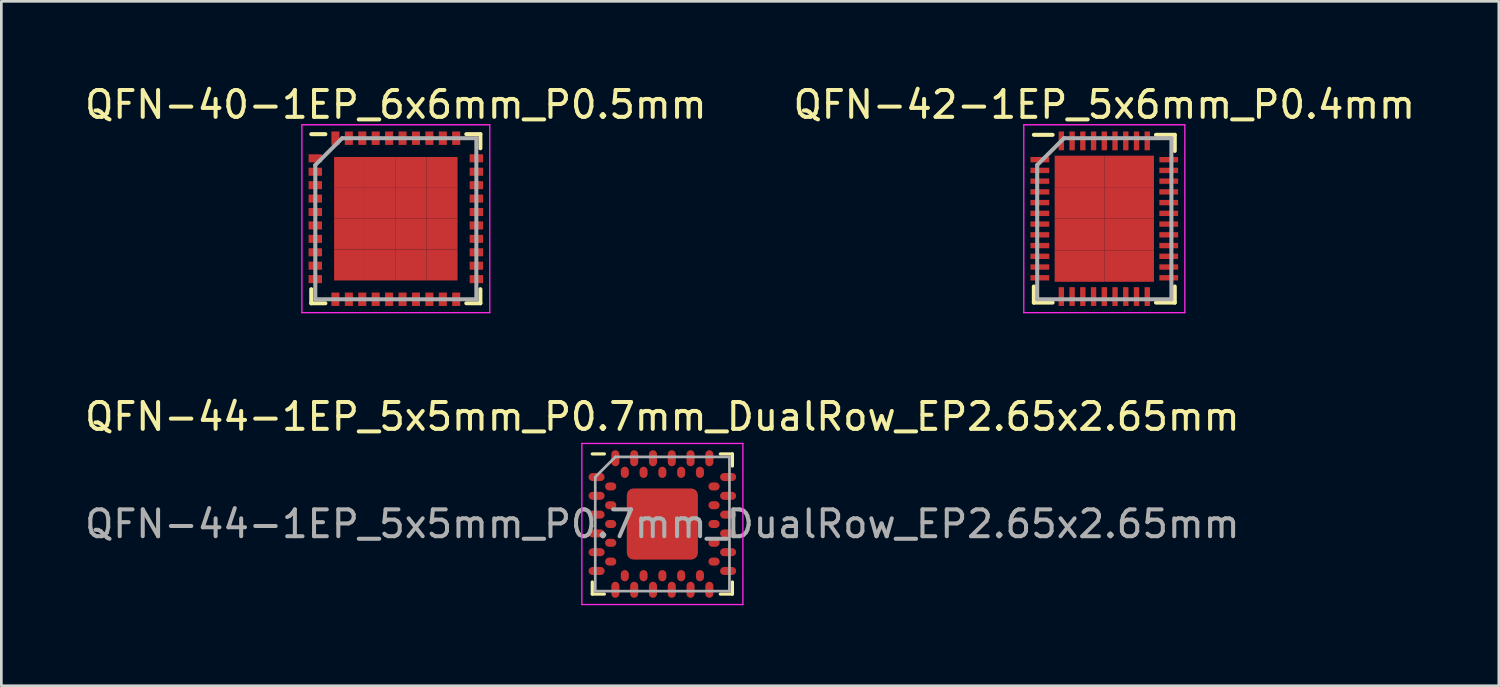
<source format=kicad_pcb>
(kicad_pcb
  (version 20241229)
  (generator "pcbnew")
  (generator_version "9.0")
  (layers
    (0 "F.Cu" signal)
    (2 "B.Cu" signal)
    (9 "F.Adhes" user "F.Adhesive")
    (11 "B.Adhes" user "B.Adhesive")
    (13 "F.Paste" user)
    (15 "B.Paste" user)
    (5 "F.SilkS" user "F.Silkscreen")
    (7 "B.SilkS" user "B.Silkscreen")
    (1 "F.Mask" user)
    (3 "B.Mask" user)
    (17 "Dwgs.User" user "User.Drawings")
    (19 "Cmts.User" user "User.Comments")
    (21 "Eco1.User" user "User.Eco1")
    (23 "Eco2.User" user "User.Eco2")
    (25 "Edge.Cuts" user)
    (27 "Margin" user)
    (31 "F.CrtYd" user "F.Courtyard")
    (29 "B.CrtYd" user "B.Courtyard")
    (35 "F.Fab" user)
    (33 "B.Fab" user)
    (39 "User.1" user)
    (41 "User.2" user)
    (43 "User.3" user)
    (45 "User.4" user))
  (footprint "QFN-40-1EP_6x6mm_P0.5mm"
    (layer "F.Cu")
    (at 11.696 5.098)
    (property "Reference" "QFN-40-1EP_6x6mm_P0.5mm" (at 0 -4.25 0) (layer "F.SilkS") (effects (font (size 1 1) (thickness 0.15))))
    (attr smd)
    (fp_line (start -3.15 -3.15) (end -2.625 -3.15) (stroke (width 0.15) (type solid)) (layer "F.SilkS"))
    (fp_line (start -3.15 3.15) (end -3.15 2.625) (stroke (width 0.15) (type solid)) (layer "F.SilkS"))
    (fp_line (start -3.15 3.15) (end -2.625 3.15) (stroke (width 0.15) (type solid)) (layer "F.SilkS"))
    (fp_line (start 3.15 -3.15) (end 2.625 -3.15) (stroke (width 0.15) (type solid)) (layer "F.SilkS"))
    (fp_line (start 3.15 -3.15) (end 3.15 -2.625) (stroke (width 0.15) (type solid)) (layer "F.SilkS"))
    (fp_line (start 3.15 3.15) (end 2.625 3.15) (stroke (width 0.15) (type solid)) (layer "F.SilkS"))
    (fp_line (start 3.15 3.15) (end 3.15 2.625) (stroke (width 0.15) (type solid)) (layer "F.SilkS"))
    (fp_line (start -3.5 -3.5) (end -3.5 3.5) (stroke (width 0.05) (type solid)) (layer "F.CrtYd"))
    (fp_line (start -3.5 -3.5) (end 3.5 -3.5) (stroke (width 0.05) (type solid)) (layer "F.CrtYd"))
    (fp_line (start -3.5 3.5) (end 3.5 3.5) (stroke (width 0.05) (type solid)) (layer "F.CrtYd"))
    (fp_line (start 3.5 -3.5) (end 3.5 3.5) (stroke (width 0.05) (type solid)) (layer "F.CrtYd"))
    (fp_line (start -3 -2) (end -2 -3) (stroke (width 0.15) (type solid)) (layer "F.Fab"))
    (fp_line (start -3 3) (end -3 -2) (stroke (width 0.15) (type solid)) (layer "F.Fab"))
    (fp_line (start -2 -3) (end 3 -3) (stroke (width 0.15) (type solid)) (layer "F.Fab"))
    (fp_line (start 3 -3) (end 3 3) (stroke (width 0.15) (type solid)) (layer "F.Fab"))
    (fp_line (start 3 3) (end -3 3) (stroke (width 0.15) (type solid)) (layer "F.Fab"))
    (pad "1" smd rect (at -3 -2.25) (size 0.5 0.3) (layers "F.Cu" "F.Mask" "F.Paste"))
    (pad "2" smd rect (at -3 -1.75) (size 0.5 0.3) (layers "F.Cu" "F.Mask" "F.Paste"))
    (pad "3" smd rect (at -3 -1.25) (size 0.5 0.3) (layers "F.Cu" "F.Mask" "F.Paste"))
    (pad "4" smd rect (at -3 -0.75) (size 0.5 0.3) (layers "F.Cu" "F.Mask" "F.Paste"))
    (pad "5" smd rect (at -3 -0.25) (size 0.5 0.3) (layers "F.Cu" "F.Mask" "F.Paste"))
    (pad "6" smd rect (at -3 0.25) (size 0.5 0.3) (layers "F.Cu" "F.Mask" "F.Paste"))
    (pad "7" smd rect (at -3 0.75) (size 0.5 0.3) (layers "F.Cu" "F.Mask" "F.Paste"))
    (pad "8" smd rect (at -3 1.25) (size 0.5 0.3) (layers "F.Cu" "F.Mask" "F.Paste"))
    (pad "9" smd rect (at -3 1.75) (size 0.5 0.3) (layers "F.Cu" "F.Mask" "F.Paste"))
    (pad "10" smd rect (at -3 2.25) (size 0.5 0.3) (layers "F.Cu" "F.Mask" "F.Paste"))
    (pad "11" smd rect (at -2.25 3 90) (size 0.5 0.3) (layers "F.Cu" "F.Mask" "F.Paste"))
    (pad "12" smd rect (at -1.75 3 90) (size 0.5 0.3) (layers "F.Cu" "F.Mask" "F.Paste"))
    (pad "13" smd rect (at -1.25 3 90) (size 0.5 0.3) (layers "F.Cu" "F.Mask" "F.Paste"))
    (pad "14" smd rect (at -0.75 3 90) (size 0.5 0.3) (layers "F.Cu" "F.Mask" "F.Paste"))
    (pad "15" smd rect (at -0.25 3 90) (size 0.5 0.3) (layers "F.Cu" "F.Mask" "F.Paste"))
    (pad "16" smd rect (at 0.25 3 90) (size 0.5 0.3) (layers "F.Cu" "F.Mask" "F.Paste"))
    (pad "17" smd rect (at 0.75 3 90) (size 0.5 0.3) (layers "F.Cu" "F.Mask" "F.Paste"))
    (pad "18" smd rect (at 1.25 3 90) (size 0.5 0.3) (layers "F.Cu" "F.Mask" "F.Paste"))
    (pad "19" smd rect (at 1.75 3 90) (size 0.5 0.3) (layers "F.Cu" "F.Mask" "F.Paste"))
    (pad "20" smd rect (at 2.25 3 90) (size 0.5 0.3) (layers "F.Cu" "F.Mask" "F.Paste"))
    (pad "21" smd rect (at 3 2.25) (size 0.5 0.3) (layers "F.Cu" "F.Mask" "F.Paste"))
    (pad "22" smd rect (at 3 1.75) (size 0.5 0.3) (layers "F.Cu" "F.Mask" "F.Paste"))
    (pad "23" smd rect (at 3 1.25) (size 0.5 0.3) (layers "F.Cu" "F.Mask" "F.Paste"))
    (pad "24" smd rect (at 3 0.75) (size 0.5 0.3) (layers "F.Cu" "F.Mask" "F.Paste"))
    (pad "25" smd rect (at 3 0.25) (size 0.5 0.3) (layers "F.Cu" "F.Mask" "F.Paste"))
    (pad "26" smd rect (at 3 -0.25) (size 0.5 0.3) (layers "F.Cu" "F.Mask" "F.Paste"))
    (pad "27" smd rect (at 3 -0.75) (size 0.5 0.3) (layers "F.Cu" "F.Mask" "F.Paste"))
    (pad "28" smd rect (at 3 -1.25) (size 0.5 0.3) (layers "F.Cu" "F.Mask" "F.Paste"))
    (pad "29" smd rect (at 3 -1.75) (size 0.5 0.3) (layers "F.Cu" "F.Mask" "F.Paste"))
    (pad "30" smd rect (at 3 -2.25) (size 0.5 0.3) (layers "F.Cu" "F.Mask" "F.Paste"))
    (pad "31" smd rect (at 2.25 -3 90) (size 0.5 0.3) (layers "F.Cu" "F.Mask" "F.Paste"))
    (pad "32" smd rect (at 1.75 -3 90) (size 0.5 0.3) (layers "F.Cu" "F.Mask" "F.Paste"))
    (pad "33" smd rect (at 1.25 -3 90) (size 0.5 0.3) (layers "F.Cu" "F.Mask" "F.Paste"))
    (pad "34" smd rect (at 0.75 -3 90) (size 0.5 0.3) (layers "F.Cu" "F.Mask" "F.Paste"))
    (pad "35" smd rect (at 0.25 -3 90) (size 0.5 0.3) (layers "F.Cu" "F.Mask" "F.Paste"))
    (pad "36" smd rect (at -0.25 -3 90) (size 0.5 0.3) (layers "F.Cu" "F.Mask" "F.Paste"))
    (pad "37" smd rect (at -0.75 -3 90) (size 0.5 0.3) (layers "F.Cu" "F.Mask" "F.Paste"))
    (pad "38" smd rect (at -1.25 -3 90) (size 0.5 0.3) (layers "F.Cu" "F.Mask" "F.Paste"))
    (pad "39" smd rect (at -1.75 -3 90) (size 0.5 0.3) (layers "F.Cu" "F.Mask" "F.Paste"))
    (pad "40" smd rect (at -2.25 -3 90) (size 0.5 0.3) (layers "F.Cu" "F.Mask" "F.Paste"))
    (pad "41" smd rect (at -1.725 -1.725) (size 1.15 1.15) (layers "F.Cu" "F.Mask" "F.Paste"))
    (pad "41" smd rect (at -1.725 -0.575) (size 1.15 1.15) (layers "F.Cu" "F.Mask" "F.Paste"))
    (pad "41" smd rect (at -1.725 0.575) (size 1.15 1.15) (layers "F.Cu" "F.Mask" "F.Paste"))
    (pad "41" smd rect (at -1.725 1.725) (size 1.15 1.15) (layers "F.Cu" "F.Mask" "F.Paste"))
    (pad "41" smd rect (at -0.575 -1.725) (size 1.15 1.15) (layers "F.Cu" "F.Mask" "F.Paste"))
    (pad "41" smd rect (at -0.575 -0.575) (size 1.15 1.15) (layers "F.Cu" "F.Mask" "F.Paste"))
    (pad "41" smd rect (at -0.575 0.575) (size 1.15 1.15) (layers "F.Cu" "F.Mask" "F.Paste"))
    (pad "41" smd rect (at -0.575 1.725) (size 1.15 1.15) (layers "F.Cu" "F.Mask" "F.Paste"))
    (pad "41" smd rect (at 0.575 -1.725) (size 1.15 1.15) (layers "F.Cu" "F.Mask" "F.Paste"))
    (pad "41" smd rect (at 0.575 -0.575) (size 1.15 1.15) (layers "F.Cu" "F.Mask" "F.Paste"))
    (pad "41" smd rect (at 0.575 0.575) (size 1.15 1.15) (layers "F.Cu" "F.Mask" "F.Paste"))
    (pad "41" smd rect (at 0.575 1.725) (size 1.15 1.15) (layers "F.Cu" "F.Mask" "F.Paste"))
    (pad "41" smd rect (at 1.725 -1.725) (size 1.15 1.15) (layers "F.Cu" "F.Mask" "F.Paste"))
    (pad "41" smd rect (at 1.725 -0.575) (size 1.15 1.15) (layers "F.Cu" "F.Mask" "F.Paste"))
    (pad "41" smd rect (at 1.725 0.575) (size 1.15 1.15) (layers "F.Cu" "F.Mask" "F.Paste"))
    (pad "41" smd rect (at 1.725 1.725) (size 1.15 1.15) (layers "F.Cu" "F.Mask" "F.Paste")))
  (footprint "QFN-42-1EP_5x6mm_P0.4mm"
    (layer "F.Cu")
    (at 38.089 5.098)
    (property "Reference" "QFN-42-1EP_5x6mm_P0.4mm" (at 0 -4.25 0) (layer "F.SilkS") (effects (font (size 1 1) (thickness 0.15))))
    (attr smd)
    (fp_line (start -2.625 -3.125) (end -1.925 -3.125) (stroke (width 0.15) (type solid)) (layer "F.SilkS"))
    (fp_line (start -2.625 3.125) (end -2.625 2.525) (stroke (width 0.15) (type solid)) (layer "F.SilkS"))
    (fp_line (start -2.625 3.125) (end -1.925 3.125) (stroke (width 0.15) (type solid)) (layer "F.SilkS"))
    (fp_line (start 2.625 -3.125) (end 1.925 -3.125) (stroke (width 0.15) (type solid)) (layer "F.SilkS"))
    (fp_line (start 2.625 -3.125) (end 2.625 -2.525) (stroke (width 0.15) (type solid)) (layer "F.SilkS"))
    (fp_line (start 2.625 3.125) (end 1.925 3.125) (stroke (width 0.15) (type solid)) (layer "F.SilkS"))
    (fp_line (start 2.625 3.125) (end 2.625 2.525) (stroke (width 0.15) (type solid)) (layer "F.SilkS"))
    (fp_line (start -3 -3.5) (end -3 3.5) (stroke (width 0.05) (type solid)) (layer "F.CrtYd"))
    (fp_line (start -3 -3.5) (end 3 -3.5) (stroke (width 0.05) (type solid)) (layer "F.CrtYd"))
    (fp_line (start -3 3.5) (end 3 3.5) (stroke (width 0.05) (type solid)) (layer "F.CrtYd"))
    (fp_line (start 3 -3.5) (end 3 3.5) (stroke (width 0.05) (type solid)) (layer "F.CrtYd"))
    (fp_line (start -2.5 -2) (end -1.5 -3) (stroke (width 0.15) (type solid)) (layer "F.Fab"))
    (fp_line (start -2.5 3) (end -2.5 -2) (stroke (width 0.15) (type solid)) (layer "F.Fab"))
    (fp_line (start -1.5 -3) (end 2.5 -3) (stroke (width 0.15) (type solid)) (layer "F.Fab"))
    (fp_line (start 2.5 -3) (end 2.5 3) (stroke (width 0.15) (type solid)) (layer "F.Fab"))
    (fp_line (start 2.5 3) (end -2.5 3) (stroke (width 0.15) (type solid)) (layer "F.Fab"))
    (pad "1" smd rect (at -2.4 -2.2) (size 0.7 0.2) (layers "F.Cu" "F.Mask" "F.Paste"))
    (pad "2" smd rect (at -2.4 -1.8) (size 0.7 0.2) (layers "F.Cu" "F.Mask" "F.Paste"))
    (pad "3" smd rect (at -2.4 -1.4) (size 0.7 0.2) (layers "F.Cu" "F.Mask" "F.Paste"))
    (pad "4" smd rect (at -2.4 -1) (size 0.7 0.2) (layers "F.Cu" "F.Mask" "F.Paste"))
    (pad "5" smd rect (at -2.4 -0.6) (size 0.7 0.2) (layers "F.Cu" "F.Mask" "F.Paste"))
    (pad "6" smd rect (at -2.4 -0.2) (size 0.7 0.2) (layers "F.Cu" "F.Mask" "F.Paste"))
    (pad "7" smd rect (at -2.4 0.2) (size 0.7 0.2) (layers "F.Cu" "F.Mask" "F.Paste"))
    (pad "8" smd rect (at -2.4 0.6) (size 0.7 0.2) (layers "F.Cu" "F.Mask" "F.Paste"))
    (pad "9" smd rect (at -2.4 1) (size 0.7 0.2) (layers "F.Cu" "F.Mask" "F.Paste"))
    (pad "10" smd rect (at -2.4 1.4) (size 0.7 0.2) (layers "F.Cu" "F.Mask" "F.Paste"))
    (pad "11" smd rect (at -2.4 1.8) (size 0.7 0.2) (layers "F.Cu" "F.Mask" "F.Paste"))
    (pad "12" smd rect (at -2.4 2.2) (size 0.7 0.2) (layers "F.Cu" "F.Mask" "F.Paste"))
    (pad "13" smd rect (at -1.6 2.9 90) (size 0.7 0.2) (layers "F.Cu" "F.Mask" "F.Paste"))
    (pad "14" smd rect (at -1.2 2.9 90) (size 0.7 0.2) (layers "F.Cu" "F.Mask" "F.Paste"))
    (pad "15" smd rect (at -0.8 2.9 90) (size 0.7 0.2) (layers "F.Cu" "F.Mask" "F.Paste"))
    (pad "16" smd rect (at -0.4 2.9 90) (size 0.7 0.2) (layers "F.Cu" "F.Mask" "F.Paste"))
    (pad "17" smd rect (at 0 2.9 90) (size 0.7 0.2) (layers "F.Cu" "F.Mask" "F.Paste"))
    (pad "18" smd rect (at 0.4 2.9 90) (size 0.7 0.2) (layers "F.Cu" "F.Mask" "F.Paste"))
    (pad "19" smd rect (at 0.8 2.9 90) (size 0.7 0.2) (layers "F.Cu" "F.Mask" "F.Paste"))
    (pad "20" smd rect (at 1.2 2.9 90) (size 0.7 0.2) (layers "F.Cu" "F.Mask" "F.Paste"))
    (pad "21" smd rect (at 1.6 2.9 90) (size 0.7 0.2) (layers "F.Cu" "F.Mask" "F.Paste"))
    (pad "22" smd rect (at 2.4 2.2) (size 0.7 0.2) (layers "F.Cu" "F.Mask" "F.Paste"))
    (pad "23" smd rect (at 2.4 1.8) (size 0.7 0.2) (layers "F.Cu" "F.Mask" "F.Paste"))
    (pad "24" smd rect (at 2.4 1.4) (size 0.7 0.2) (layers "F.Cu" "F.Mask" "F.Paste"))
    (pad "25" smd rect (at 2.4 1) (size 0.7 0.2) (layers "F.Cu" "F.Mask" "F.Paste"))
    (pad "26" smd rect (at 2.4 0.6) (size 0.7 0.2) (layers "F.Cu" "F.Mask" "F.Paste"))
    (pad "27" smd rect (at 2.4 0.2) (size 0.7 0.2) (layers "F.Cu" "F.Mask" "F.Paste"))
    (pad "28" smd rect (at 2.4 -0.2) (size 0.7 0.2) (layers "F.Cu" "F.Mask" "F.Paste"))
    (pad "29" smd rect (at 2.4 -0.6) (size 0.7 0.2) (layers "F.Cu" "F.Mask" "F.Paste"))
    (pad "30" smd rect (at 2.4 -1) (size 0.7 0.2) (layers "F.Cu" "F.Mask" "F.Paste"))
    (pad "31" smd rect (at 2.4 -1.4) (size 0.7 0.2) (layers "F.Cu" "F.Mask" "F.Paste"))
    (pad "32" smd rect (at 2.4 -1.8) (size 0.7 0.2) (layers "F.Cu" "F.Mask" "F.Paste"))
    (pad "33" smd rect (at 2.4 -2.2) (size 0.7 0.2) (layers "F.Cu" "F.Mask" "F.Paste"))
    (pad "34" smd rect (at 1.6 -2.9 90) (size 0.7 0.2) (layers "F.Cu" "F.Mask" "F.Paste"))
    (pad "35" smd rect (at 1.2 -2.9 90) (size 0.7 0.2) (layers "F.Cu" "F.Mask" "F.Paste"))
    (pad "36" smd rect (at 0.8 -2.9 90) (size 0.7 0.2) (layers "F.Cu" "F.Mask" "F.Paste"))
    (pad "37" smd rect (at 0.4 -2.9 90) (size 0.7 0.2) (layers "F.Cu" "F.Mask" "F.Paste"))
    (pad "38" smd rect (at 0 -2.9 90) (size 0.7 0.2) (layers "F.Cu" "F.Mask" "F.Paste"))
    (pad "39" smd rect (at -0.4 -2.9 90) (size 0.7 0.2) (layers "F.Cu" "F.Mask" "F.Paste"))
    (pad "40" smd rect (at -0.8 -2.9 90) (size 0.7 0.2) (layers "F.Cu" "F.Mask" "F.Paste"))
    (pad "41" smd rect (at -1.2 -2.9 90) (size 0.7 0.2) (layers "F.Cu" "F.Mask" "F.Paste"))
    (pad "42" smd rect (at -1.6 -2.9 90) (size 0.7 0.2) (layers "F.Cu" "F.Mask" "F.Paste"))
    (pad "43" smd rect (at -0.925 -1.762) (size 1.85 1.175) (layers "F.Cu" "F.Mask" "F.Paste"))
    (pad "43" smd rect (at -0.925 -0.588) (size 1.85 1.175) (layers "F.Cu" "F.Mask" "F.Paste"))
    (pad "43" smd rect (at -0.925 0.588) (size 1.85 1.175) (layers "F.Cu" "F.Mask" "F.Paste"))
    (pad "43" smd rect (at -0.925 1.762) (size 1.85 1.175) (layers "F.Cu" "F.Mask" "F.Paste"))
    (pad "43" smd rect (at 0.925 -1.762) (size 1.85 1.175) (layers "F.Cu" "F.Mask" "F.Paste"))
    (pad "43" smd rect (at 0.925 -0.588) (size 1.85 1.175) (layers "F.Cu" "F.Mask" "F.Paste"))
    (pad "43" smd rect (at 0.925 0.588) (size 1.85 1.175) (layers "F.Cu" "F.Mask" "F.Paste"))
    (pad "43" smd rect (at 0.925 1.762) (size 1.85 1.175) (layers "F.Cu" "F.Mask" "F.Paste")))
  (footprint "QFN-44-1EP_5x5mm_P0.7mm_DualRow_EP2.65x2.65mm"
    (layer "F.Cu")
    (at 21.625 16.471)
    (property "Reference" "QFN-44-1EP_5x5mm_P0.7mm_DualRow_EP2.65x2.65mm" (at 0 -4 0) (layer "F.SilkS") (effects (font (size 1 1) (thickness 0.15))))
    (attr smd)
    (fp_line (start -2.61 2.61) (end -2.61 2.16) (stroke (width 0.12) (type solid)) (layer "F.SilkS"))
    (fp_line (start -2.16 -2.61) (end -2.61 -2.61) (stroke (width 0.12) (type solid)) (layer "F.SilkS"))
    (fp_line (start -2.16 2.61) (end -2.61 2.61) (stroke (width 0.12) (type solid)) (layer "F.SilkS"))
    (fp_line (start 2.16 -2.61) (end 2.61 -2.61) (stroke (width 0.12) (type solid)) (layer "F.SilkS"))
    (fp_line (start 2.61 -2.61) (end 2.61 -2.16) (stroke (width 0.12) (type solid)) (layer "F.SilkS"))
    (fp_line (start 2.61 2.16) (end 2.61 2.61) (stroke (width 0.12) (type solid)) (layer "F.SilkS"))
    (fp_line (start 2.61 2.61) (end 2.16 2.61) (stroke (width 0.12) (type solid)) (layer "F.SilkS"))
    (fp_line (start -3 -3) (end 3 -3) (stroke (width 0.05) (type solid)) (layer "F.CrtYd"))
    (fp_line (start -3 3) (end -3 -3) (stroke (width 0.05) (type solid)) (layer "F.CrtYd"))
    (fp_line (start 3 -3) (end 3 3) (stroke (width 0.05) (type solid)) (layer "F.CrtYd"))
    (fp_line (start 3 3) (end -3 3) (stroke (width 0.05) (type solid)) (layer "F.CrtYd"))
    (fp_line (start -2.5 -1.75) (end -1.75 -2.5) (stroke (width 0.1) (type solid)) (layer "F.Fab"))
    (fp_line (start -2.5 2.5) (end -2.5 -1.75) (stroke (width 0.1) (type solid)) (layer "F.Fab"))
    (fp_line (start -1.75 -2.5) (end 2.5 -2.5) (stroke (width 0.1) (type solid)) (layer "F.Fab"))
    (fp_line (start 2.5 -2.5) (end 2.5 2.5) (stroke (width 0.1) (type solid)) (layer "F.Fab"))
    (fp_line (start 2.5 2.5) (end -2.5 2.5) (stroke (width 0.1) (type solid)) (layer "F.Fab"))
    (fp_text user "${REFERENCE}" (at 0 0 0) (layer "F.Fab") (effects (font (size 1 1) (thickness 0.15))))
    (pad "" smd roundrect (at -0.65 -0.65) (size 1.1 1.1) (layers "F.Paste") (roundrect_rratio 0.1))
    (pad "" smd roundrect (at -0.65 0.65) (size 1.1 1.1) (layers "F.Paste") (roundrect_rratio 0.1))
    (pad "" smd roundrect (at 0.65 -0.65) (size 1.1 1.1) (layers "F.Paste") (roundrect_rratio 0.1))
    (pad "" smd roundrect (at 0.65 0.65) (size 1.1 1.1) (layers "F.Paste") (roundrect_rratio 0.1))
    (pad "A1" smd roundrect (at -2.45 -1.75) (size 0.6 0.3) (layers "F.Cu" "F.Mask" "F.Paste") (roundrect_rratio 0.5))
    (pad "A2" smd roundrect (at -2.45 -1.05) (size 0.6 0.3) (layers "F.Cu" "F.Mask" "F.Paste") (roundrect_rratio 0.5))
    (pad "A3" smd roundrect (at -2.45 -0.35) (size 0.6 0.3) (layers "F.Cu" "F.Mask" "F.Paste") (roundrect_rratio 0.5))
    (pad "A4" smd roundrect (at -2.45 0.35) (size 0.6 0.3) (layers "F.Cu" "F.Mask" "F.Paste") (roundrect_rratio 0.5))
    (pad "A5" smd roundrect (at -2.45 1.05) (size 0.6 0.3) (layers "F.Cu" "F.Mask" "F.Paste") (roundrect_rratio 0.5))
    (pad "A6" smd roundrect (at -2.45 1.75) (size 0.6 0.3) (layers "F.Cu" "F.Mask" "F.Paste") (roundrect_rratio 0.5))
    (pad "A7" smd roundrect (at -1.75 2.45) (size 0.3 0.6) (layers "F.Cu" "F.Mask" "F.Paste") (roundrect_rratio 0.5))
    (pad "A8" smd roundrect (at -1.05 2.45) (size 0.3 0.6) (layers "F.Cu" "F.Mask" "F.Paste") (roundrect_rratio 0.5))
    (pad "A9" smd roundrect (at -0.35 2.45) (size 0.3 0.6) (layers "F.Cu" "F.Mask" "F.Paste") (roundrect_rratio 0.5))
    (pad "A10" smd roundrect (at 0.35 2.45) (size 0.3 0.6) (layers "F.Cu" "F.Mask" "F.Paste") (roundrect_rratio 0.5))
    (pad "A11" smd roundrect (at 1.05 2.45) (size 0.3 0.6) (layers "F.Cu" "F.Mask" "F.Paste") (roundrect_rratio 0.5))
    (pad "A12" smd roundrect (at 1.75 2.45) (size 0.3 0.6) (layers "F.Cu" "F.Mask" "F.Paste") (roundrect_rratio 0.5))
    (pad "A13" smd roundrect (at 2.45 1.75) (size 0.6 0.3) (layers "F.Cu" "F.Mask" "F.Paste") (roundrect_rratio 0.5))
    (pad "A14" smd roundrect (at 2.45 1.05) (size 0.6 0.3) (layers "F.Cu" "F.Mask" "F.Paste") (roundrect_rratio 0.5))
    (pad "A15" smd roundrect (at 2.45 0.35) (size 0.6 0.3) (layers "F.Cu" "F.Mask" "F.Paste") (roundrect_rratio 0.5))
    (pad "A16" smd roundrect (at 2.45 -0.35) (size 0.6 0.3) (layers "F.Cu" "F.Mask" "F.Paste") (roundrect_rratio 0.5))
    (pad "A17" smd roundrect (at 2.45 -1.05) (size 0.6 0.3) (layers "F.Cu" "F.Mask" "F.Paste") (roundrect_rratio 0.5))
    (pad "A18" smd roundrect (at 2.45 -1.75) (size 0.6 0.3) (layers "F.Cu" "F.Mask" "F.Paste") (roundrect_rratio 0.5))
    (pad "A19" smd roundrect (at 1.75 -2.45) (size 0.3 0.6) (layers "F.Cu" "F.Mask" "F.Paste") (roundrect_rratio 0.5))
    (pad "A20" smd roundrect (at 1.05 -2.45) (size 0.3 0.6) (layers "F.Cu" "F.Mask" "F.Paste") (roundrect_rratio 0.5))
    (pad "A21" smd roundrect (at 0.35 -2.45) (size 0.3 0.6) (layers "F.Cu" "F.Mask" "F.Paste") (roundrect_rratio 0.5))
    (pad "A22" smd roundrect (at -0.35 -2.45) (size 0.3 0.6) (layers "F.Cu" "F.Mask" "F.Paste") (roundrect_rratio 0.5))
    (pad "A23" smd roundrect (at -1.05 -2.45) (size 0.3 0.6) (layers "F.Cu" "F.Mask" "F.Paste") (roundrect_rratio 0.5))
    (pad "A24" smd roundrect (at -1.75 -2.45) (size 0.3 0.6) (layers "F.Cu" "F.Mask" "F.Paste") (roundrect_rratio 0.5))
    (pad "B1" smd roundrect (at -1.925 -1.4) (size 0.42 0.3) (layers "F.Cu" "F.Mask" "F.Paste") (roundrect_rratio 0.5))
    (pad "B2" smd roundrect (at -1.925 -0.7) (size 0.42 0.3) (layers "F.Cu" "F.Mask" "F.Paste") (roundrect_rratio 0.5))
    (pad "B3" smd roundrect (at -1.925 0) (size 0.42 0.3) (layers "F.Cu" "F.Mask" "F.Paste") (roundrect_rratio 0.5))
    (pad "B4" smd roundrect (at -1.925 0.7) (size 0.42 0.3) (layers "F.Cu" "F.Mask" "F.Paste") (roundrect_rratio 0.5))
    (pad "B5" smd roundrect (at -1.925 1.4) (size 0.42 0.3) (layers "F.Cu" "F.Mask" "F.Paste") (roundrect_rratio 0.5))
    (pad "B6" smd roundrect (at -1.4 1.925) (size 0.3 0.42) (layers "F.Cu" "F.Mask" "F.Paste") (roundrect_rratio 0.5))
    (pad "B7" smd roundrect (at -0.7 1.925) (size 0.3 0.42) (layers "F.Cu" "F.Mask" "F.Paste") (roundrect_rratio 0.5))
    (pad "B8" smd roundrect (at 0 1.925) (size 0.3 0.42) (layers "F.Cu" "F.Mask" "F.Paste") (roundrect_rratio 0.5))
    (pad "B9" smd roundrect (at 0.7 1.925) (size 0.3 0.42) (layers "F.Cu" "F.Mask" "F.Paste") (roundrect_rratio 0.5))
    (pad "B10" smd roundrect (at 1.4 1.925) (size 0.3 0.42) (layers "F.Cu" "F.Mask" "F.Paste") (roundrect_rratio 0.5))
    (pad "B11" smd roundrect (at 1.925 1.4) (size 0.42 0.3) (layers "F.Cu" "F.Mask" "F.Paste") (roundrect_rratio 0.5))
    (pad "B12" smd roundrect (at 1.925 0.7) (size 0.42 0.3) (layers "F.Cu" "F.Mask" "F.Paste") (roundrect_rratio 0.5))
    (pad "B13" smd roundrect (at 1.925 0) (size 0.42 0.3) (layers "F.Cu" "F.Mask" "F.Paste") (roundrect_rratio 0.5))
    (pad "B14" smd roundrect (at 1.925 -0.7) (size 0.42 0.3) (layers "F.Cu" "F.Mask" "F.Paste") (roundrect_rratio 0.5))
    (pad "B15" smd roundrect (at 1.925 -1.4) (size 0.42 0.3) (layers "F.Cu" "F.Mask" "F.Paste") (roundrect_rratio 0.5))
    (pad "B16" smd roundrect (at 1.4 -1.925) (size 0.3 0.42) (layers "F.Cu" "F.Mask" "F.Paste") (roundrect_rratio 0.5))
    (pad "B17" smd roundrect (at 0.7 -1.925) (size 0.3 0.42) (layers "F.Cu" "F.Mask" "F.Paste") (roundrect_rratio 0.5))
    (pad "B18" smd roundrect (at 0 -1.925) (size 0.3 0.42) (layers "F.Cu" "F.Mask" "F.Paste") (roundrect_rratio 0.5))
    (pad "B19" smd roundrect (at -0.7 -1.925) (size 0.3 0.42) (layers "F.Cu" "F.Mask" "F.Paste") (roundrect_rratio 0.5))
    (pad "B20" smd roundrect (at -1.4 -1.925) (size 0.3 0.42) (layers "F.Cu" "F.Mask" "F.Paste") (roundrect_rratio 0.5))
    (pad "EP" smd roundrect (at 0 0) (size 2.65 2.65) (layers "F.Cu" "F.Mask") (roundrect_rratio 0.094)))
  (gr_rect
    (start -3 -3)
    (end 52.786 22.497)
    (stroke (width 0.1) (type default))
    (fill no)
    (layer "Edge.Cuts")))
</source>
